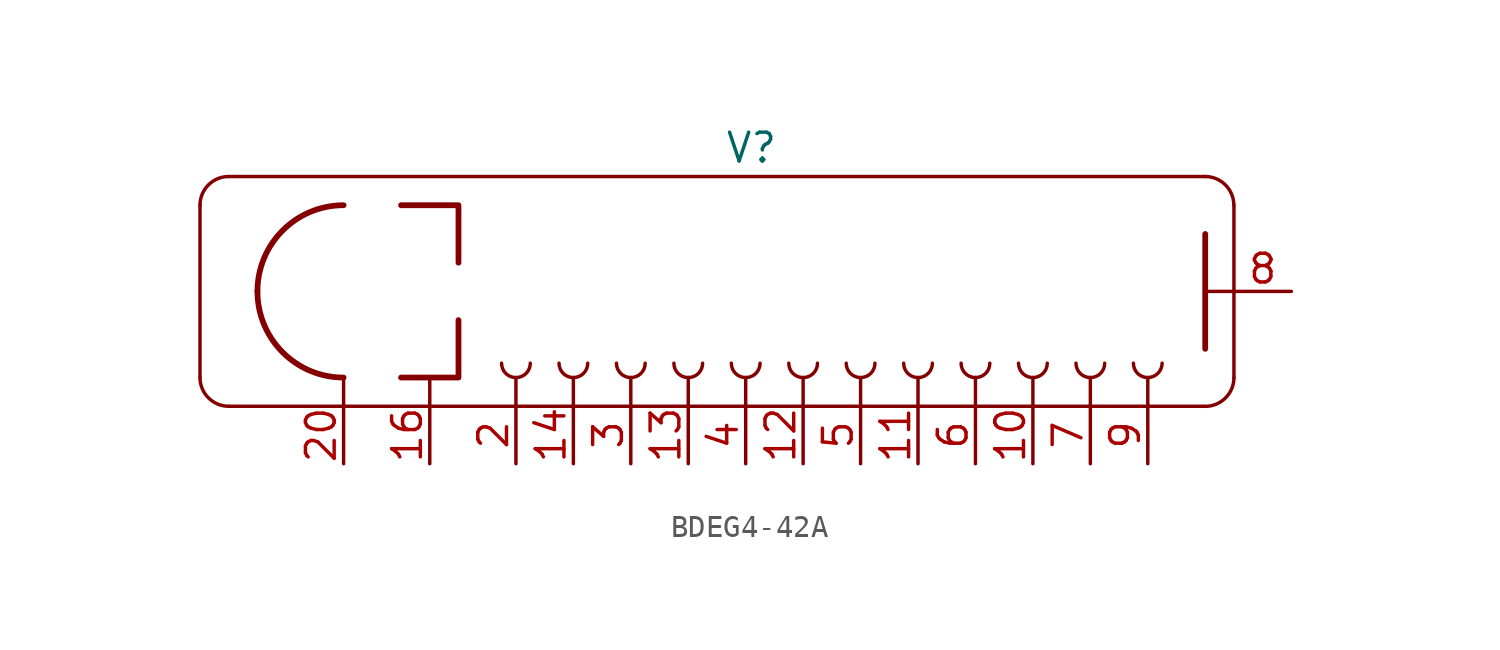
<source format=kicad_sym>
(kicad_symbol_lib
  (version 20231120)
  (generator "kicad_symbol_editor")
  (generator_version "8.0")
  (symbol "BDEG4-42A"
    (property "Reference" "V"
      (at -1.016 6.35 0)
      (effects (font (size 1.27 1.27))))
    (property "Value" ""
      (at 11.43 0 0)
      (effects (font (size 1.27 1.27))))
    (symbol "BDEG4-42A_0_1"
      (arc (start -25.4 -3.81) (mid -25.028 -4.708) (end -24.13 -5.08) (stroke (width 0) (type default)) (fill (type none)))
      (arc (start -24.13 5.08) (mid -25.028 4.708) (end -25.4 3.81) (stroke (width 0) (type default)) (fill (type none)))
      (arc (start -22.86 0) (mid -21.7441 -2.6941) (end -19.05 -3.81) (stroke (width 0.254) (type default)) (fill (type none)))
      (arc (start -19.05 3.81) (mid -21.7441 2.6941) (end -22.86 0) (stroke (width 0.254) (type default)) (fill (type none)))
      (arc (start -12.065 -3.175) (mid -11.879 -3.624) (end -11.43 -3.81) (stroke (width 0) (type default)) (fill (type none)))
      (arc (start -11.43 -3.81) (mid -10.9792 -3.6243) (end -10.795 -3.175) (stroke (width 0) (type default)) (fill (type none)))
      (arc (start -9.525 -3.175) (mid -9.339 -3.624) (end -8.89 -3.81) (stroke (width 0) (type default)) (fill (type none)))
      (arc (start -8.89 -3.81) (mid -8.4392 -3.6243) (end -8.255 -3.175) (stroke (width 0) (type default)) (fill (type none)))
      (arc (start -6.985 -3.175) (mid -6.799 -3.624) (end -6.35 -3.81) (stroke (width 0) (type default)) (fill (type none)))
      (arc (start -6.35 -3.81) (mid -5.8992 -3.6243) (end -5.715 -3.175) (stroke (width 0) (type default)) (fill (type none)))
      (arc (start -4.445 -3.175) (mid -4.259 -3.624) (end -3.81 -3.81) (stroke (width 0) (type default)) (fill (type none)))
      (arc (start -3.81 -3.81) (mid -3.3592 -3.6243) (end -3.175 -3.175) (stroke (width 0) (type default)) (fill (type none)))
      (arc (start -1.905 -3.175) (mid -1.719 -3.624) (end -1.27 -3.81) (stroke (width 0) (type default)) (fill (type none)))
      (arc (start -1.27 -3.81) (mid -0.8192 -3.6243) (end -0.635 -3.175) (stroke (width 0) (type default)) (fill (type none)))
      (polyline (pts (xy -25.4 3.81) (xy -25.4 -3.81)) (stroke (width 0) (type default)) (fill (type none)))
      (polyline (pts (xy -24.13 5.08) (xy 19.05 5.08)) (stroke (width 0) (type default)) (fill (type none)))
      (polyline (pts (xy -19.05 -5.08) (xy -19.05 -3.81)) (stroke (width 0) (type default)) (fill (type none)))
      (polyline (pts (xy -15.24 -5.08) (xy -15.24 -3.81)) (stroke (width 0) (type default)) (fill (type none)))
      (polyline (pts (xy -11.43 -5.08) (xy -11.43 -3.81)) (stroke (width 0) (type default)) (fill (type none)))
      (polyline (pts (xy -8.89 -5.08) (xy -8.89 -3.81)) (stroke (width 0) (type default)) (fill (type none)))
      (polyline (pts (xy -6.35 -5.08) (xy -6.35 -3.81)) (stroke (width 0) (type default)) (fill (type none)))
      (polyline (pts (xy -3.81 -5.08) (xy -3.81 -3.81)) (stroke (width 0) (type default)) (fill (type none)))
      (polyline (pts (xy -1.27 -5.08) (xy -1.27 -3.81)) (stroke (width 0) (type default)) (fill (type none)))
      (polyline (pts (xy 1.27 -5.08) (xy 1.27 -3.81)) (stroke (width 0) (type default)) (fill (type none)))
      (polyline (pts (xy 3.81 -5.08) (xy 3.81 -3.81)) (stroke (width 0) (type default)) (fill (type none)))
      (polyline (pts (xy 6.35 -5.08) (xy 6.35 -3.81)) (stroke (width 0) (type default)) (fill (type none)))
      (polyline (pts (xy 8.89 -5.08) (xy 8.89 -3.81)) (stroke (width 0) (type default)) (fill (type none)))
      (polyline (pts (xy 11.43 -5.08) (xy 11.43 -3.81)) (stroke (width 0) (type default)) (fill (type none)))
      (polyline (pts (xy 13.97 -5.08) (xy 13.97 -3.81)) (stroke (width 0) (type default)) (fill (type none)))
      (polyline (pts (xy 16.51 -5.08) (xy 16.51 -3.81)) (stroke (width 0) (type default)) (fill (type none)))
      (polyline (pts (xy 19.05 -5.08) (xy -24.13 -5.08)) (stroke (width 0) (type default)) (fill (type none)))
      (polyline (pts (xy 19.05 2.54) (xy 19.05 -2.54)) (stroke (width 0.254) (type default)) (fill (type none)))
      (polyline (pts (xy 20.32 0) (xy 19.05 0)) (stroke (width 0) (type default)) (fill (type none)))
      (polyline (pts (xy 20.32 3.81) (xy 20.32 -3.81)) (stroke (width 0) (type default)) (fill (type none)))
      (polyline (pts (xy -16.51 -3.81) (xy -13.97 -3.81) (xy -13.97 -1.27)) (stroke (width 0.254) (type default)) (fill (type none)))
      (polyline (pts (xy -13.97 1.27) (xy -13.97 3.81) (xy -16.51 3.81)) (stroke (width 0.254) (type default)) (fill (type none)))
      (arc (start 0.635 -3.175) (mid 0.821 -3.624) (end 1.27 -3.81) (stroke (width 0) (type default)) (fill (type none)))
      (arc (start 1.27 -3.81) (mid 1.7208 -3.6243) (end 1.905 -3.175) (stroke (width 0) (type default)) (fill (type none)))
      (arc (start 3.175 -3.175) (mid 3.361 -3.624) (end 3.81 -3.81) (stroke (width 0) (type default)) (fill (type none)))
      (arc (start 3.81 -3.81) (mid 4.2608 -3.6243) (end 4.445 -3.175) (stroke (width 0) (type default)) (fill (type none)))
      (arc (start 5.715 -3.175) (mid 5.901 -3.624) (end 6.35 -3.81) (stroke (width 0) (type default)) (fill (type none)))
      (arc (start 6.35 -3.81) (mid 6.8008 -3.6243) (end 6.985 -3.175) (stroke (width 0) (type default)) (fill (type none)))
      (arc (start 8.255 -3.175) (mid 8.441 -3.624) (end 8.89 -3.81) (stroke (width 0) (type default)) (fill (type none)))
      (arc (start 8.89 -3.81) (mid 9.3408 -3.6243) (end 9.525 -3.175) (stroke (width 0) (type default)) (fill (type none)))
      (arc (start 10.795 -3.175) (mid 10.981 -3.624) (end 11.43 -3.81) (stroke (width 0) (type default)) (fill (type none)))
      (arc (start 11.43 -3.81) (mid 11.8808 -3.6243) (end 12.065 -3.175) (stroke (width 0) (type default)) (fill (type none)))
      (arc (start 13.335 -3.175) (mid 13.521 -3.624) (end 13.97 -3.81) (stroke (width 0) (type default)) (fill (type none)))
      (arc (start 13.97 -3.81) (mid 14.4208 -3.6243) (end 14.605 -3.175) (stroke (width 0) (type default)) (fill (type none)))
      (arc (start 15.875 -3.175) (mid 16.061 -3.624) (end 16.51 -3.81) (stroke (width 0) (type default)) (fill (type none)))
      (arc (start 16.51 -3.81) (mid 16.959 -3.624) (end 17.145 -3.175) (stroke (width 0) (type default)) (fill (type none)))
      (arc (start 19.05 -5.08) (mid 19.948 -4.708) (end 20.32 -3.81) (stroke (width 0) (type default)) (fill (type none)))
      (arc (start 20.32 3.81) (mid 19.948 4.708) (end 19.05 5.08) (stroke (width 0) (type default)) (fill (type none))))
    (symbol "BDEG4-42A_1_1"
      (pin unspecified line (at 11.43 -7.62 90) (length 2.54) (name "D10" (effects (font (size 0 0)))) (number "10" (effects (font (size 1.27 1.27)))))
      (pin unspecified line (at 6.35 -7.62 90) (length 2.54) (name "D8" (effects (font (size 0 0)))) (number "11" (effects (font (size 1.27 1.27)))))
      (pin unspecified line (at 1.27 -7.62 90) (length 2.54) (name "D6" (effects (font (size 0 0)))) (number "12" (effects (font (size 1.27 1.27)))))
      (pin unspecified line (at -3.81 -7.62 90) (length 2.54) (name "D4" (effects (font (size 0 0)))) (number "13" (effects (font (size 1.27 1.27)))))
      (pin unspecified line (at -8.89 -7.62 90) (length 2.54) (name "D2" (effects (font (size 0 0)))) (number "14" (effects (font (size 1.27 1.27)))))
      (pin unspecified line (at -15.24 -7.62 90) (length 2.54) (name "Modulator" (effects (font (size 0 0)))) (number "16" (effects (font (size 1.27 1.27)))))
      (pin unspecified line (at -11.43 -7.62 90) (length 2.54) (name "D1" (effects (font (size 0 0)))) (number "2" (effects (font (size 1.27 1.27)))))
      (pin unspecified line (at -19.05 -7.62 90) (length 2.54) (name "Photocatode" (effects (font (size 0 0)))) (number "20" (effects (font (size 1.27 1.27)))))
      (pin unspecified line (at -6.35 -7.62 90) (length 2.54) (name "D3" (effects (font (size 0 0)))) (number "3" (effects (font (size 1.27 1.27)))))
      (pin unspecified line (at -1.27 -7.62 90) (length 2.54) (name "D5" (effects (font (size 0 0)))) (number "4" (effects (font (size 1.27 1.27)))))
      (pin unspecified line (at 3.81 -7.62 90) (length 2.54) (name "D7" (effects (font (size 0 0)))) (number "5" (effects (font (size 1.27 1.27)))))
      (pin unspecified line (at 8.89 -7.62 90) (length 2.54) (name "D9" (effects (font (size 0 0)))) (number "6" (effects (font (size 1.27 1.27)))))
      (pin unspecified line (at 13.97 -7.62 90) (length 2.54) (name "D11" (effects (font (size 0 0)))) (number "7" (effects (font (size 1.27 1.27)))))
      (pin unspecified line (at 22.86 0 180) (length 2.54) (name "Anode" (effects (font (size 0 0)))) (number "8" (effects (font (size 1.27 1.27)))))
      (pin unspecified line (at 16.51 -7.62 90) (length 2.54) (name "D12" (effects (font (size 0 0)))) (number "9" (effects (font (size 1.27 1.27))))))))
</source>
